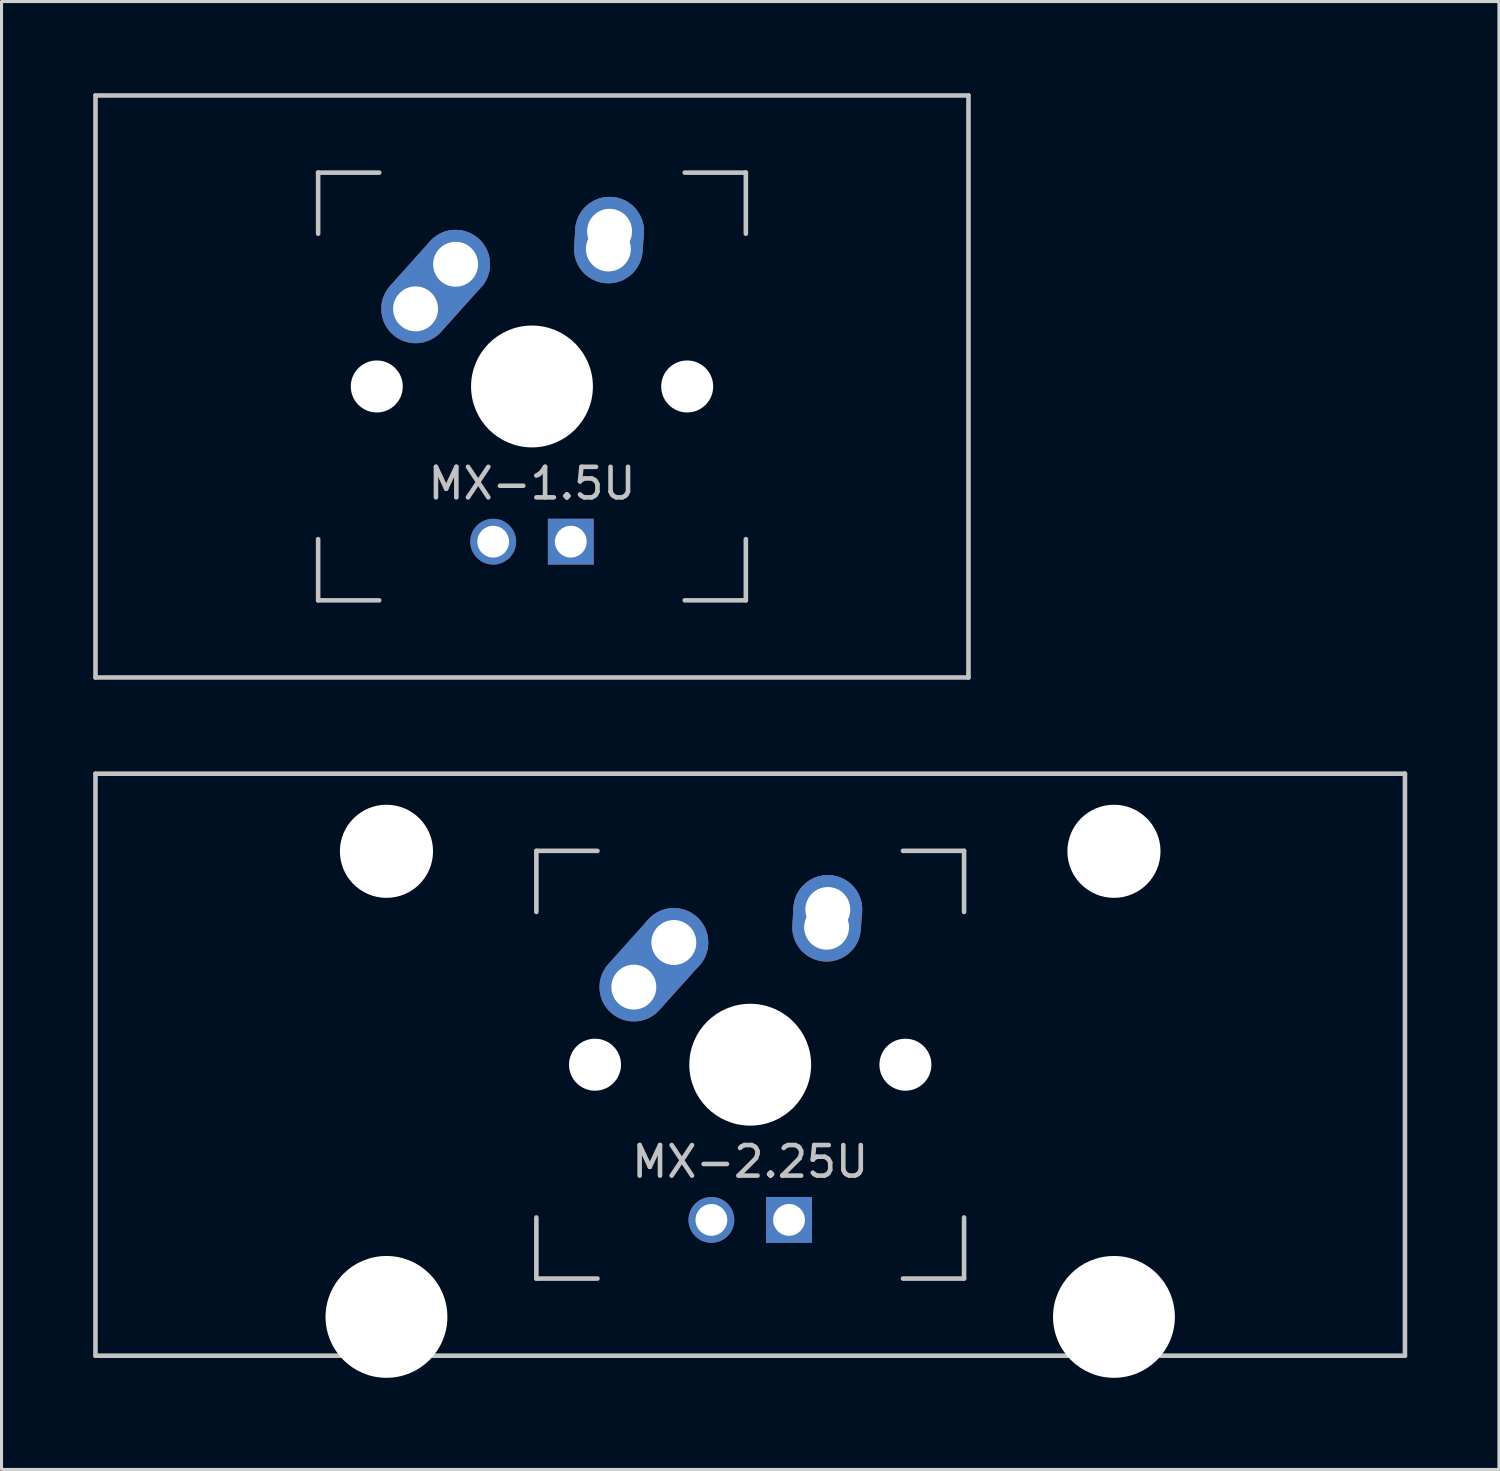
<source format=kicad_pcb>
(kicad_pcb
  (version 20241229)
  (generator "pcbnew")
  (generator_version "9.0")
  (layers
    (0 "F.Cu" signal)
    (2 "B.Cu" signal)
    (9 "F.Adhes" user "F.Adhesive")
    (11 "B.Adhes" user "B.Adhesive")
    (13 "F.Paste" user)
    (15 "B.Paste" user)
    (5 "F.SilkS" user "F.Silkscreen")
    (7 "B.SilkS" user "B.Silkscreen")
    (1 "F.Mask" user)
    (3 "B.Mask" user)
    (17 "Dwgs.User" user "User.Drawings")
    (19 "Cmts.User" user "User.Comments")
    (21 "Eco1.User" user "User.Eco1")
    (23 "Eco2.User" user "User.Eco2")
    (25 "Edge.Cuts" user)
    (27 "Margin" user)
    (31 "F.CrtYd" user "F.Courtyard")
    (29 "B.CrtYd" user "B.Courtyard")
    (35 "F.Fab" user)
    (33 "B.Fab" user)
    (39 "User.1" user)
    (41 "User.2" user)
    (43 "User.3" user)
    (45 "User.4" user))
  (footprint "MX-2.25U"
    (layer "F.Cu")
    (at 21.506 31.8)
    (property "Reference" "MX-2.25U" (at 0 3.175 0) (layer "Dwgs.User") (effects (font (size 1 1) (thickness 0.15))))
    (attr through_hole)
    (fp_line (start -21.431 -9.525) (end 21.431 -9.525) (stroke (width 0.15) (type solid)) (layer "Dwgs.User"))
    (fp_line (start -21.431 9.525) (end -21.431 -9.525) (stroke (width 0.15) (type solid)) (layer "Dwgs.User"))
    (fp_line (start -21.431 9.525) (end 21.431 9.525) (stroke (width 0.15) (type solid)) (layer "Dwgs.User"))
    (fp_line (start -7 -7) (end -7 -5) (stroke (width 0.15) (type solid)) (layer "Dwgs.User"))
    (fp_line (start -7 5) (end -7 7) (stroke (width 0.15) (type solid)) (layer "Dwgs.User"))
    (fp_line (start -7 7) (end -5 7) (stroke (width 0.15) (type solid)) (layer "Dwgs.User"))
    (fp_line (start -5 -7) (end -7 -7) (stroke (width 0.15) (type solid)) (layer "Dwgs.User"))
    (fp_line (start 5 -7) (end 7 -7) (stroke (width 0.15) (type solid)) (layer "Dwgs.User"))
    (fp_line (start 5 7) (end 7 7) (stroke (width 0.15) (type solid)) (layer "Dwgs.User"))
    (fp_line (start 7 -7) (end 7 -5) (stroke (width 0.15) (type solid)) (layer "Dwgs.User"))
    (fp_line (start 7 7) (end 7 5) (stroke (width 0.15) (type solid)) (layer "Dwgs.User"))
    (fp_line (start 21.431 -9.525) (end 21.431 9.525) (stroke (width 0.15) (type solid)) (layer "Dwgs.User"))
    (pad "" np_thru_hole circle (at -11.906 -6.985) (size 3.048 3.048) (drill 3.048) (layers "*.Cu" "*.Mask"))
    (pad "" np_thru_hole circle (at -11.906 8.255) (size 3.988 3.988) (drill 3.988) (layers "*.Cu" "*.Mask"))
    (pad "" np_thru_hole circle (at -5.08 0 48.1) (size 1.702 1.702) (drill 1.702) (layers "*.Cu" "*.Mask"))
    (pad "" np_thru_hole circle (at 0 0) (size 3.988 3.988) (drill 3.988) (layers "*.Cu" "*.Mask"))
    (pad "" np_thru_hole circle (at 5.08 0 48.1) (size 1.702 1.702) (drill 1.702) (layers "*.Cu" "*.Mask"))
    (pad "" np_thru_hole circle (at 11.906 -6.985) (size 3.048 3.048) (drill 3.048) (layers "*.Cu" "*.Mask"))
    (pad "" np_thru_hole circle (at 11.906 8.255) (size 3.988 3.988) (drill 3.988) (layers "*.Cu" "*.Mask"))
    (pad "1" thru_hole oval (at -3.81 -2.54 48.1) (size 4.212 2.25) (drill 1.47 (offset 0.981 0)) (layers "*.Cu" "*.Mask"))
    (pad "1" thru_hole circle (at -2.5 -4) (size 2.25 2.25) (drill 1.47) (layers "*.Cu" "*.Mask"))
    (pad "2" thru_hole oval (at 2.5 -4.5 86.055) (size 2.831 2.25) (drill 1.47 (offset 0.291 0)) (layers "*.Cu" "*.Mask"))
    (pad "2" thru_hole circle (at 2.54 -5.08) (size 2.25 2.25) (drill 1.47) (layers "*.Cu" "*.Mask"))
    (pad "3" thru_hole circle (at -1.27 5.08) (size 1.5 1.5) (drill 1.04) (layers "*.Cu" "*.Mask"))
    (pad "4" thru_hole rect (at 1.27 5.08) (size 1.5 1.5) (drill 1.04) (layers "*.Cu" "*.Mask")))
  (footprint "MX-1.5U"
    (layer "F.Cu")
    (at 14.363 9.6)
    (property "Reference" "MX-1.5U" (at 0 3.175 0) (layer "Dwgs.User") (effects (font (size 1 1) (thickness 0.15))))
    (attr through_hole)
    (fp_line (start -14.287 -9.525) (end 14.287 -9.525) (stroke (width 0.15) (type solid)) (layer "Dwgs.User"))
    (fp_line (start -14.287 9.525) (end -14.287 -9.525) (stroke (width 0.15) (type solid)) (layer "Dwgs.User"))
    (fp_line (start -14.287 9.525) (end 14.287 9.525) (stroke (width 0.15) (type solid)) (layer "Dwgs.User"))
    (fp_line (start -7 -7) (end -7 -5) (stroke (width 0.15) (type solid)) (layer "Dwgs.User"))
    (fp_line (start -7 5) (end -7 7) (stroke (width 0.15) (type solid)) (layer "Dwgs.User"))
    (fp_line (start -7 7) (end -5 7) (stroke (width 0.15) (type solid)) (layer "Dwgs.User"))
    (fp_line (start -5 -7) (end -7 -7) (stroke (width 0.15) (type solid)) (layer "Dwgs.User"))
    (fp_line (start 5 -7) (end 7 -7) (stroke (width 0.15) (type solid)) (layer "Dwgs.User"))
    (fp_line (start 5 7) (end 7 7) (stroke (width 0.15) (type solid)) (layer "Dwgs.User"))
    (fp_line (start 7 -7) (end 7 -5) (stroke (width 0.15) (type solid)) (layer "Dwgs.User"))
    (fp_line (start 7 7) (end 7 5) (stroke (width 0.15) (type solid)) (layer "Dwgs.User"))
    (fp_line (start 14.287 -9.525) (end 14.287 9.525) (stroke (width 0.15) (type solid)) (layer "Dwgs.User"))
    (pad "" np_thru_hole circle (at -5.08 0 48.1) (size 1.702 1.702) (drill 1.702) (layers "*.Cu" "*.Mask"))
    (pad "" np_thru_hole circle (at 0 0) (size 3.988 3.988) (drill 3.988) (layers "*.Cu" "*.Mask"))
    (pad "" np_thru_hole circle (at 5.08 0 48.1) (size 1.702 1.702) (drill 1.702) (layers "*.Cu" "*.Mask"))
    (pad "1" thru_hole oval (at 2.5 -4.5 86.055) (size 2.831 2.25) (drill 1.47 (offset 0.291 0)) (layers "*.Cu" "*.Mask"))
    (pad "1" thru_hole circle (at 2.54 -5.08) (size 2.25 2.25) (drill 1.47) (layers "*.Cu" "*.Mask"))
    (pad "2" thru_hole oval (at -3.81 -2.54 48.1) (size 4.212 2.25) (drill 1.47 (offset 0.981 0)) (layers "*.Cu" "*.Mask"))
    (pad "2" thru_hole circle (at -2.5 -4) (size 2.25 2.25) (drill 1.47) (layers "*.Cu" "*.Mask"))
    (pad "3" thru_hole circle (at -1.27 5.08) (size 1.5 1.5) (drill 1.04) (layers "*.Cu" "*.Mask"))
    (pad "4" thru_hole rect (at 1.27 5.08) (size 1.5 1.5) (drill 1.04) (layers "*.Cu" "*.Mask")))
  (gr_rect
    (start -3 -3)
    (end 46.013 45.049)
    (stroke (width 0.1) (type default))
    (fill no)
    (layer "Edge.Cuts")))
</source>
